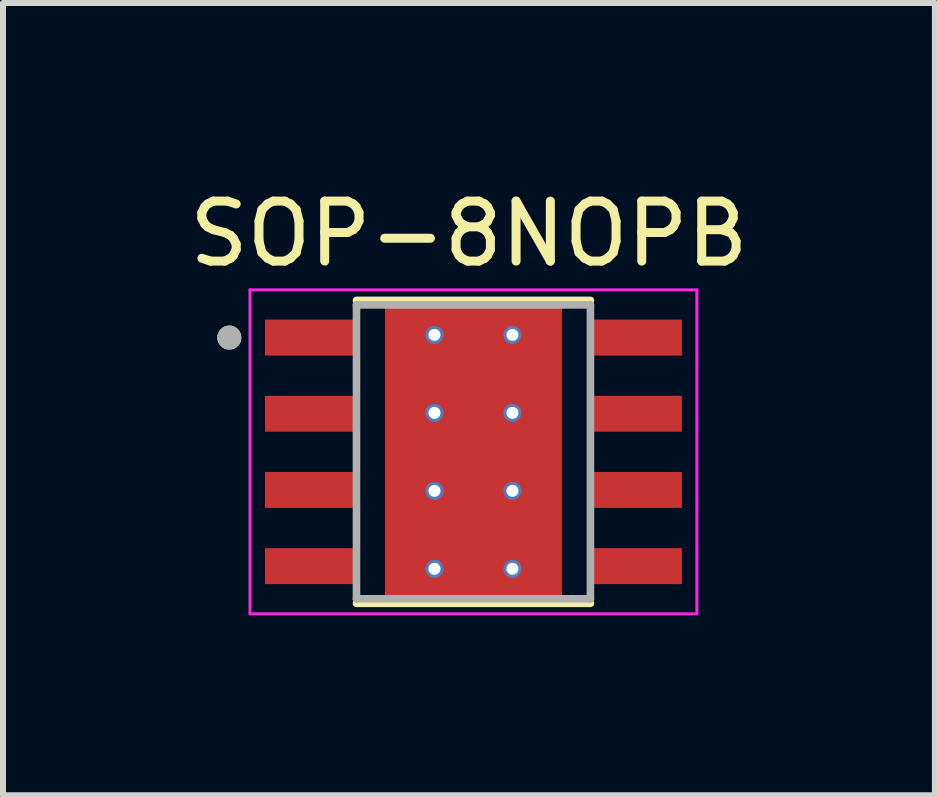
<source format=kicad_pcb>
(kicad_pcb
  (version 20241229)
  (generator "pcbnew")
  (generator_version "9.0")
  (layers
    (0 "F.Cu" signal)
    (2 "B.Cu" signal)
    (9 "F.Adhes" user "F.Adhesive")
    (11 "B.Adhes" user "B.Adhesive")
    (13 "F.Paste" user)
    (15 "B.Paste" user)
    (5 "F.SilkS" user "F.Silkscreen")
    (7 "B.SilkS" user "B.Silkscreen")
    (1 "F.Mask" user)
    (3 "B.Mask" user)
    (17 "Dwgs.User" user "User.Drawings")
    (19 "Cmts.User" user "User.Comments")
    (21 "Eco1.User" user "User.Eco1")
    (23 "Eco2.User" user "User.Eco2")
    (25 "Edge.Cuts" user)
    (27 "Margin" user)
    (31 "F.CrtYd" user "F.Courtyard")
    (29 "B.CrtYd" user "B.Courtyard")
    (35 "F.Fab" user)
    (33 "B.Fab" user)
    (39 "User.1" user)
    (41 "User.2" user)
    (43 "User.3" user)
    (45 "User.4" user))
  (footprint "SOP-8NOPB"
    (layer "F.Cu")
    (at 4.843 4.483)
    (property "Reference" "SOP-8NOPB" (at -0.075 -3.635 0) (layer "F.SilkS") (effects (font (size 1 1) (thickness 0.15))))
    (attr through_hole)
    (fp_poly (pts (xy -1.355 -1.7) (xy 1.355 -1.7) (xy 1.355 1.7) (xy -1.355 1.7)) (stroke (width 0.01) (type solid)) (fill yes) (layer "F.Mask"))
    (fp_poly (pts (xy -1.905 -1.535) (xy -3.495 -1.535) (xy -3.498 -1.535) (xy -3.5 -1.535) (xy -3.503 -1.536) (xy -3.505 -1.536) (xy -3.508 -1.537) (xy -3.51 -1.537) (xy -3.513 -1.538) (xy -3.515 -1.539) (xy -3.518 -1.54) (xy -3.52 -1.542) (xy -3.522 -1.543) (xy -3.524 -1.545) (xy -3.526 -1.546) (xy -3.528 -1.548) (xy -3.53 -1.55) (xy -3.532 -1.552) (xy -3.534 -1.554) (xy -3.535 -1.556) (xy -3.537 -1.558) (xy -3.538 -1.56) (xy -3.54 -1.562) (xy -3.541 -1.565) (xy -3.542 -1.567) (xy -3.543 -1.57) (xy -3.543 -1.572) (xy -3.544 -1.575) (xy -3.544 -1.577) (xy -3.545 -1.58) (xy -3.545 -1.582) (xy -3.545 -1.585) (xy -3.545 -2.225) (xy -3.545 -2.228) (xy -3.545 -2.23) (xy -3.544 -2.233) (xy -3.544 -2.235) (xy -3.543 -2.238) (xy -3.543 -2.24) (xy -3.542 -2.243) (xy -3.541 -2.245) (xy -3.54 -2.248) (xy -3.538 -2.25) (xy -3.537 -2.252) (xy -3.535 -2.254) (xy -3.534 -2.256) (xy -3.532 -2.258) (xy -3.53 -2.26) (xy -3.528 -2.262) (xy -3.526 -2.264) (xy -3.524 -2.265) (xy -3.522 -2.267) (xy -3.52 -2.268) (xy -3.518 -2.27) (xy -3.515 -2.271) (xy -3.513 -2.272) (xy -3.51 -2.273) (xy -3.508 -2.273) (xy -3.505 -2.274) (xy -3.503 -2.274) (xy -3.5 -2.275) (xy -3.498 -2.275) (xy -3.495 -2.275) (xy -1.905 -2.275) (xy -1.902 -2.275) (xy -1.9 -2.275) (xy -1.897 -2.274) (xy -1.895 -2.274) (xy -1.892 -2.273) (xy -1.89 -2.273) (xy -1.887 -2.272) (xy -1.885 -2.271) (xy -1.882 -2.27) (xy -1.88 -2.268) (xy -1.878 -2.267) (xy -1.876 -2.265) (xy -1.874 -2.264) (xy -1.872 -2.262) (xy -1.87 -2.26) (xy -1.868 -2.258) (xy -1.866 -2.256) (xy -1.865 -2.254) (xy -1.863 -2.252) (xy -1.862 -2.25) (xy -1.86 -2.248) (xy -1.859 -2.245) (xy -1.858 -2.243) (xy -1.857 -2.24) (xy -1.857 -2.238) (xy -1.856 -2.235) (xy -1.856 -2.233) (xy -1.855 -2.23) (xy -1.855 -2.228) (xy -1.855 -2.225) (xy -1.855 -1.585) (xy -1.855 -1.582) (xy -1.855 -1.58) (xy -1.856 -1.577) (xy -1.856 -1.575) (xy -1.857 -1.572) (xy -1.857 -1.57) (xy -1.858 -1.567) (xy -1.859 -1.565) (xy -1.86 -1.562) (xy -1.862 -1.56) (xy -1.863 -1.558) (xy -1.865 -1.556) (xy -1.866 -1.554) (xy -1.868 -1.552) (xy -1.87 -1.55) (xy -1.872 -1.548) (xy -1.874 -1.546) (xy -1.876 -1.545) (xy -1.878 -1.543) (xy -1.88 -1.542) (xy -1.882 -1.54) (xy -1.885 -1.539) (xy -1.887 -1.538) (xy -1.89 -1.537) (xy -1.892 -1.537) (xy -1.895 -1.536) (xy -1.897 -1.536) (xy -1.9 -1.535) (xy -1.902 -1.535) (xy -1.905 -1.535)) (stroke (width 0.01) (type solid)) (fill yes) (layer "F.Mask"))
    (fp_poly (pts (xy -1.905 -0.265) (xy -3.495 -0.265) (xy -3.498 -0.265) (xy -3.5 -0.265) (xy -3.503 -0.266) (xy -3.505 -0.266) (xy -3.508 -0.267) (xy -3.51 -0.267) (xy -3.513 -0.268) (xy -3.515 -0.269) (xy -3.518 -0.27) (xy -3.52 -0.272) (xy -3.522 -0.273) (xy -3.524 -0.275) (xy -3.526 -0.276) (xy -3.528 -0.278) (xy -3.53 -0.28) (xy -3.532 -0.282) (xy -3.534 -0.284) (xy -3.535 -0.286) (xy -3.537 -0.288) (xy -3.538 -0.29) (xy -3.54 -0.292) (xy -3.541 -0.295) (xy -3.542 -0.297) (xy -3.543 -0.3) (xy -3.543 -0.302) (xy -3.544 -0.305) (xy -3.544 -0.307) (xy -3.545 -0.31) (xy -3.545 -0.312) (xy -3.545 -0.315) (xy -3.545 -0.955) (xy -3.545 -0.958) (xy -3.545 -0.96) (xy -3.544 -0.963) (xy -3.544 -0.965) (xy -3.543 -0.968) (xy -3.543 -0.97) (xy -3.542 -0.973) (xy -3.541 -0.975) (xy -3.54 -0.978) (xy -3.538 -0.98) (xy -3.537 -0.982) (xy -3.535 -0.984) (xy -3.534 -0.986) (xy -3.532 -0.988) (xy -3.53 -0.99) (xy -3.528 -0.992) (xy -3.526 -0.994) (xy -3.524 -0.995) (xy -3.522 -0.997) (xy -3.52 -0.998) (xy -3.518 -1) (xy -3.515 -1.001) (xy -3.513 -1.002) (xy -3.51 -1.003) (xy -3.508 -1.003) (xy -3.505 -1.004) (xy -3.503 -1.004) (xy -3.5 -1.005) (xy -3.498 -1.005) (xy -3.495 -1.005) (xy -1.905 -1.005) (xy -1.902 -1.005) (xy -1.9 -1.005) (xy -1.897 -1.004) (xy -1.895 -1.004) (xy -1.892 -1.003) (xy -1.89 -1.003) (xy -1.887 -1.002) (xy -1.885 -1.001) (xy -1.882 -1) (xy -1.88 -0.998) (xy -1.878 -0.997) (xy -1.876 -0.995) (xy -1.874 -0.994) (xy -1.872 -0.992) (xy -1.87 -0.99) (xy -1.868 -0.988) (xy -1.866 -0.986) (xy -1.865 -0.984) (xy -1.863 -0.982) (xy -1.862 -0.98) (xy -1.86 -0.978) (xy -1.859 -0.975) (xy -1.858 -0.973) (xy -1.857 -0.97) (xy -1.857 -0.968) (xy -1.856 -0.965) (xy -1.856 -0.963) (xy -1.855 -0.96) (xy -1.855 -0.958) (xy -1.855 -0.955) (xy -1.855 -0.315) (xy -1.855 -0.312) (xy -1.855 -0.31) (xy -1.856 -0.307) (xy -1.856 -0.305) (xy -1.857 -0.302) (xy -1.857 -0.3) (xy -1.858 -0.297) (xy -1.859 -0.295) (xy -1.86 -0.292) (xy -1.862 -0.29) (xy -1.863 -0.288) (xy -1.865 -0.286) (xy -1.866 -0.284) (xy -1.868 -0.282) (xy -1.87 -0.28) (xy -1.872 -0.278) (xy -1.874 -0.276) (xy -1.876 -0.275) (xy -1.878 -0.273) (xy -1.88 -0.272) (xy -1.882 -0.27) (xy -1.885 -0.269) (xy -1.887 -0.268) (xy -1.89 -0.267) (xy -1.892 -0.267) (xy -1.895 -0.266) (xy -1.897 -0.266) (xy -1.9 -0.265) (xy -1.902 -0.265) (xy -1.905 -0.265)) (stroke (width 0.01) (type solid)) (fill yes) (layer "F.Mask"))
    (fp_poly (pts (xy -1.905 1.005) (xy -3.495 1.005) (xy -3.498 1.005) (xy -3.5 1.005) (xy -3.503 1.004) (xy -3.505 1.004) (xy -3.508 1.003) (xy -3.51 1.003) (xy -3.513 1.002) (xy -3.515 1.001) (xy -3.518 1) (xy -3.52 0.998) (xy -3.522 0.997) (xy -3.524 0.995) (xy -3.526 0.994) (xy -3.528 0.992) (xy -3.53 0.99) (xy -3.532 0.988) (xy -3.534 0.986) (xy -3.535 0.984) (xy -3.537 0.982) (xy -3.538 0.98) (xy -3.54 0.978) (xy -3.541 0.975) (xy -3.542 0.973) (xy -3.543 0.97) (xy -3.543 0.968) (xy -3.544 0.965) (xy -3.544 0.963) (xy -3.545 0.96) (xy -3.545 0.958) (xy -3.545 0.955) (xy -3.545 0.315) (xy -3.545 0.312) (xy -3.545 0.31) (xy -3.544 0.307) (xy -3.544 0.305) (xy -3.543 0.302) (xy -3.543 0.3) (xy -3.542 0.297) (xy -3.541 0.295) (xy -3.54 0.292) (xy -3.538 0.29) (xy -3.537 0.288) (xy -3.535 0.286) (xy -3.534 0.284) (xy -3.532 0.282) (xy -3.53 0.28) (xy -3.528 0.278) (xy -3.526 0.276) (xy -3.524 0.275) (xy -3.522 0.273) (xy -3.52 0.272) (xy -3.518 0.27) (xy -3.515 0.269) (xy -3.513 0.268) (xy -3.51 0.267) (xy -3.508 0.267) (xy -3.505 0.266) (xy -3.503 0.266) (xy -3.5 0.265) (xy -3.498 0.265) (xy -3.495 0.265) (xy -1.905 0.265) (xy -1.902 0.265) (xy -1.9 0.265) (xy -1.897 0.266) (xy -1.895 0.266) (xy -1.892 0.267) (xy -1.89 0.267) (xy -1.887 0.268) (xy -1.885 0.269) (xy -1.882 0.27) (xy -1.88 0.272) (xy -1.878 0.273) (xy -1.876 0.275) (xy -1.874 0.276) (xy -1.872 0.278) (xy -1.87 0.28) (xy -1.868 0.282) (xy -1.866 0.284) (xy -1.865 0.286) (xy -1.863 0.288) (xy -1.862 0.29) (xy -1.86 0.292) (xy -1.859 0.295) (xy -1.858 0.297) (xy -1.857 0.3) (xy -1.857 0.302) (xy -1.856 0.305) (xy -1.856 0.307) (xy -1.855 0.31) (xy -1.855 0.312) (xy -1.855 0.315) (xy -1.855 0.955) (xy -1.855 0.958) (xy -1.855 0.96) (xy -1.856 0.963) (xy -1.856 0.965) (xy -1.857 0.968) (xy -1.857 0.97) (xy -1.858 0.973) (xy -1.859 0.975) (xy -1.86 0.978) (xy -1.862 0.98) (xy -1.863 0.982) (xy -1.865 0.984) (xy -1.866 0.986) (xy -1.868 0.988) (xy -1.87 0.99) (xy -1.872 0.992) (xy -1.874 0.994) (xy -1.876 0.995) (xy -1.878 0.997) (xy -1.88 0.998) (xy -1.882 1) (xy -1.885 1.001) (xy -1.887 1.002) (xy -1.89 1.003) (xy -1.892 1.003) (xy -1.895 1.004) (xy -1.897 1.004) (xy -1.9 1.005) (xy -1.902 1.005) (xy -1.905 1.005)) (stroke (width 0.01) (type solid)) (fill yes) (layer "F.Mask"))
    (fp_poly (pts (xy -1.905 2.275) (xy -3.495 2.275) (xy -3.498 2.275) (xy -3.5 2.275) (xy -3.503 2.274) (xy -3.505 2.274) (xy -3.508 2.273) (xy -3.51 2.273) (xy -3.513 2.272) (xy -3.515 2.271) (xy -3.518 2.27) (xy -3.52 2.268) (xy -3.522 2.267) (xy -3.524 2.265) (xy -3.526 2.264) (xy -3.528 2.262) (xy -3.53 2.26) (xy -3.532 2.258) (xy -3.534 2.256) (xy -3.535 2.254) (xy -3.537 2.252) (xy -3.538 2.25) (xy -3.54 2.248) (xy -3.541 2.245) (xy -3.542 2.243) (xy -3.543 2.24) (xy -3.543 2.238) (xy -3.544 2.235) (xy -3.544 2.233) (xy -3.545 2.23) (xy -3.545 2.228) (xy -3.545 2.225) (xy -3.545 1.585) (xy -3.545 1.582) (xy -3.545 1.58) (xy -3.544 1.577) (xy -3.544 1.575) (xy -3.543 1.572) (xy -3.543 1.57) (xy -3.542 1.567) (xy -3.541 1.565) (xy -3.54 1.562) (xy -3.538 1.56) (xy -3.537 1.558) (xy -3.535 1.556) (xy -3.534 1.554) (xy -3.532 1.552) (xy -3.53 1.55) (xy -3.528 1.548) (xy -3.526 1.546) (xy -3.524 1.545) (xy -3.522 1.543) (xy -3.52 1.542) (xy -3.518 1.54) (xy -3.515 1.539) (xy -3.513 1.538) (xy -3.51 1.537) (xy -3.508 1.537) (xy -3.505 1.536) (xy -3.503 1.536) (xy -3.5 1.535) (xy -3.498 1.535) (xy -3.495 1.535) (xy -1.905 1.535) (xy -1.902 1.535) (xy -1.9 1.535) (xy -1.897 1.536) (xy -1.895 1.536) (xy -1.892 1.537) (xy -1.89 1.537) (xy -1.887 1.538) (xy -1.885 1.539) (xy -1.882 1.54) (xy -1.88 1.542) (xy -1.878 1.543) (xy -1.876 1.545) (xy -1.874 1.546) (xy -1.872 1.548) (xy -1.87 1.55) (xy -1.868 1.552) (xy -1.866 1.554) (xy -1.865 1.556) (xy -1.863 1.558) (xy -1.862 1.56) (xy -1.86 1.562) (xy -1.859 1.565) (xy -1.858 1.567) (xy -1.857 1.57) (xy -1.857 1.572) (xy -1.856 1.575) (xy -1.856 1.577) (xy -1.855 1.58) (xy -1.855 1.582) (xy -1.855 1.585) (xy -1.855 2.225) (xy -1.855 2.228) (xy -1.855 2.23) (xy -1.856 2.233) (xy -1.856 2.235) (xy -1.857 2.238) (xy -1.857 2.24) (xy -1.858 2.243) (xy -1.859 2.245) (xy -1.86 2.248) (xy -1.862 2.25) (xy -1.863 2.252) (xy -1.865 2.254) (xy -1.866 2.256) (xy -1.868 2.258) (xy -1.87 2.26) (xy -1.872 2.262) (xy -1.874 2.264) (xy -1.876 2.265) (xy -1.878 2.267) (xy -1.88 2.268) (xy -1.882 2.27) (xy -1.885 2.271) (xy -1.887 2.272) (xy -1.89 2.273) (xy -1.892 2.273) (xy -1.895 2.274) (xy -1.897 2.274) (xy -1.9 2.275) (xy -1.902 2.275) (xy -1.905 2.275)) (stroke (width 0.01) (type solid)) (fill yes) (layer "F.Mask"))
    (fp_poly (pts (xy 3.495 -1.535) (xy 1.905 -1.535) (xy 1.902 -1.535) (xy 1.9 -1.535) (xy 1.897 -1.536) (xy 1.895 -1.536) (xy 1.892 -1.537) (xy 1.89 -1.537) (xy 1.887 -1.538) (xy 1.885 -1.539) (xy 1.882 -1.54) (xy 1.88 -1.542) (xy 1.878 -1.543) (xy 1.876 -1.545) (xy 1.874 -1.546) (xy 1.872 -1.548) (xy 1.87 -1.55) (xy 1.868 -1.552) (xy 1.866 -1.554) (xy 1.865 -1.556) (xy 1.863 -1.558) (xy 1.862 -1.56) (xy 1.86 -1.562) (xy 1.859 -1.565) (xy 1.858 -1.567) (xy 1.857 -1.57) (xy 1.857 -1.572) (xy 1.856 -1.575) (xy 1.856 -1.577) (xy 1.855 -1.58) (xy 1.855 -1.582) (xy 1.855 -1.585) (xy 1.855 -2.225) (xy 1.855 -2.228) (xy 1.855 -2.23) (xy 1.856 -2.233) (xy 1.856 -2.235) (xy 1.857 -2.238) (xy 1.857 -2.24) (xy 1.858 -2.243) (xy 1.859 -2.245) (xy 1.86 -2.248) (xy 1.862 -2.25) (xy 1.863 -2.252) (xy 1.865 -2.254) (xy 1.866 -2.256) (xy 1.868 -2.258) (xy 1.87 -2.26) (xy 1.872 -2.262) (xy 1.874 -2.264) (xy 1.876 -2.265) (xy 1.878 -2.267) (xy 1.88 -2.268) (xy 1.882 -2.27) (xy 1.885 -2.271) (xy 1.887 -2.272) (xy 1.89 -2.273) (xy 1.892 -2.273) (xy 1.895 -2.274) (xy 1.897 -2.274) (xy 1.9 -2.275) (xy 1.902 -2.275) (xy 1.905 -2.275) (xy 3.495 -2.275) (xy 3.498 -2.275) (xy 3.5 -2.275) (xy 3.503 -2.274) (xy 3.505 -2.274) (xy 3.508 -2.273) (xy 3.51 -2.273) (xy 3.513 -2.272) (xy 3.515 -2.271) (xy 3.518 -2.27) (xy 3.52 -2.268) (xy 3.522 -2.267) (xy 3.524 -2.265) (xy 3.526 -2.264) (xy 3.528 -2.262) (xy 3.53 -2.26) (xy 3.532 -2.258) (xy 3.534 -2.256) (xy 3.535 -2.254) (xy 3.537 -2.252) (xy 3.538 -2.25) (xy 3.54 -2.248) (xy 3.541 -2.245) (xy 3.542 -2.243) (xy 3.543 -2.24) (xy 3.543 -2.238) (xy 3.544 -2.235) (xy 3.544 -2.233) (xy 3.545 -2.23) (xy 3.545 -2.228) (xy 3.545 -2.225) (xy 3.545 -1.585) (xy 3.545 -1.582) (xy 3.545 -1.58) (xy 3.544 -1.577) (xy 3.544 -1.575) (xy 3.543 -1.572) (xy 3.543 -1.57) (xy 3.542 -1.567) (xy 3.541 -1.565) (xy 3.54 -1.562) (xy 3.538 -1.56) (xy 3.537 -1.558) (xy 3.535 -1.556) (xy 3.534 -1.554) (xy 3.532 -1.552) (xy 3.53 -1.55) (xy 3.528 -1.548) (xy 3.526 -1.546) (xy 3.524 -1.545) (xy 3.522 -1.543) (xy 3.52 -1.542) (xy 3.518 -1.54) (xy 3.515 -1.539) (xy 3.513 -1.538) (xy 3.51 -1.537) (xy 3.508 -1.537) (xy 3.505 -1.536) (xy 3.503 -1.536) (xy 3.5 -1.535) (xy 3.498 -1.535) (xy 3.495 -1.535)) (stroke (width 0.01) (type solid)) (fill yes) (layer "F.Mask"))
    (fp_poly (pts (xy 3.495 -0.265) (xy 1.905 -0.265) (xy 1.902 -0.265) (xy 1.9 -0.265) (xy 1.897 -0.266) (xy 1.895 -0.266) (xy 1.892 -0.267) (xy 1.89 -0.267) (xy 1.887 -0.268) (xy 1.885 -0.269) (xy 1.882 -0.27) (xy 1.88 -0.272) (xy 1.878 -0.273) (xy 1.876 -0.275) (xy 1.874 -0.276) (xy 1.872 -0.278) (xy 1.87 -0.28) (xy 1.868 -0.282) (xy 1.866 -0.284) (xy 1.865 -0.286) (xy 1.863 -0.288) (xy 1.862 -0.29) (xy 1.86 -0.292) (xy 1.859 -0.295) (xy 1.858 -0.297) (xy 1.857 -0.3) (xy 1.857 -0.302) (xy 1.856 -0.305) (xy 1.856 -0.307) (xy 1.855 -0.31) (xy 1.855 -0.312) (xy 1.855 -0.315) (xy 1.855 -0.955) (xy 1.855 -0.958) (xy 1.855 -0.96) (xy 1.856 -0.963) (xy 1.856 -0.965) (xy 1.857 -0.968) (xy 1.857 -0.97) (xy 1.858 -0.973) (xy 1.859 -0.975) (xy 1.86 -0.978) (xy 1.862 -0.98) (xy 1.863 -0.982) (xy 1.865 -0.984) (xy 1.866 -0.986) (xy 1.868 -0.988) (xy 1.87 -0.99) (xy 1.872 -0.992) (xy 1.874 -0.994) (xy 1.876 -0.995) (xy 1.878 -0.997) (xy 1.88 -0.998) (xy 1.882 -1) (xy 1.885 -1.001) (xy 1.887 -1.002) (xy 1.89 -1.003) (xy 1.892 -1.003) (xy 1.895 -1.004) (xy 1.897 -1.004) (xy 1.9 -1.005) (xy 1.902 -1.005) (xy 1.905 -1.005) (xy 3.495 -1.005) (xy 3.498 -1.005) (xy 3.5 -1.005) (xy 3.503 -1.004) (xy 3.505 -1.004) (xy 3.508 -1.003) (xy 3.51 -1.003) (xy 3.513 -1.002) (xy 3.515 -1.001) (xy 3.518 -1) (xy 3.52 -0.998) (xy 3.522 -0.997) (xy 3.524 -0.995) (xy 3.526 -0.994) (xy 3.528 -0.992) (xy 3.53 -0.99) (xy 3.532 -0.988) (xy 3.534 -0.986) (xy 3.535 -0.984) (xy 3.537 -0.982) (xy 3.538 -0.98) (xy 3.54 -0.978) (xy 3.541 -0.975) (xy 3.542 -0.973) (xy 3.543 -0.97) (xy 3.543 -0.968) (xy 3.544 -0.965) (xy 3.544 -0.963) (xy 3.545 -0.96) (xy 3.545 -0.958) (xy 3.545 -0.955) (xy 3.545 -0.315) (xy 3.545 -0.312) (xy 3.545 -0.31) (xy 3.544 -0.307) (xy 3.544 -0.305) (xy 3.543 -0.302) (xy 3.543 -0.3) (xy 3.542 -0.297) (xy 3.541 -0.295) (xy 3.54 -0.292) (xy 3.538 -0.29) (xy 3.537 -0.288) (xy 3.535 -0.286) (xy 3.534 -0.284) (xy 3.532 -0.282) (xy 3.53 -0.28) (xy 3.528 -0.278) (xy 3.526 -0.276) (xy 3.524 -0.275) (xy 3.522 -0.273) (xy 3.52 -0.272) (xy 3.518 -0.27) (xy 3.515 -0.269) (xy 3.513 -0.268) (xy 3.51 -0.267) (xy 3.508 -0.267) (xy 3.505 -0.266) (xy 3.503 -0.266) (xy 3.5 -0.265) (xy 3.498 -0.265) (xy 3.495 -0.265)) (stroke (width 0.01) (type solid)) (fill yes) (layer "F.Mask"))
    (fp_poly (pts (xy 3.495 1.005) (xy 1.905 1.005) (xy 1.902 1.005) (xy 1.9 1.005) (xy 1.897 1.004) (xy 1.895 1.004) (xy 1.892 1.003) (xy 1.89 1.003) (xy 1.887 1.002) (xy 1.885 1.001) (xy 1.882 1) (xy 1.88 0.998) (xy 1.878 0.997) (xy 1.876 0.995) (xy 1.874 0.994) (xy 1.872 0.992) (xy 1.87 0.99) (xy 1.868 0.988) (xy 1.866 0.986) (xy 1.865 0.984) (xy 1.863 0.982) (xy 1.862 0.98) (xy 1.86 0.978) (xy 1.859 0.975) (xy 1.858 0.973) (xy 1.857 0.97) (xy 1.857 0.968) (xy 1.856 0.965) (xy 1.856 0.963) (xy 1.855 0.96) (xy 1.855 0.958) (xy 1.855 0.955) (xy 1.855 0.315) (xy 1.855 0.312) (xy 1.855 0.31) (xy 1.856 0.307) (xy 1.856 0.305) (xy 1.857 0.302) (xy 1.857 0.3) (xy 1.858 0.297) (xy 1.859 0.295) (xy 1.86 0.292) (xy 1.862 0.29) (xy 1.863 0.288) (xy 1.865 0.286) (xy 1.866 0.284) (xy 1.868 0.282) (xy 1.87 0.28) (xy 1.872 0.278) (xy 1.874 0.276) (xy 1.876 0.275) (xy 1.878 0.273) (xy 1.88 0.272) (xy 1.882 0.27) (xy 1.885 0.269) (xy 1.887 0.268) (xy 1.89 0.267) (xy 1.892 0.267) (xy 1.895 0.266) (xy 1.897 0.266) (xy 1.9 0.265) (xy 1.902 0.265) (xy 1.905 0.265) (xy 3.495 0.265) (xy 3.498 0.265) (xy 3.5 0.265) (xy 3.503 0.266) (xy 3.505 0.266) (xy 3.508 0.267) (xy 3.51 0.267) (xy 3.513 0.268) (xy 3.515 0.269) (xy 3.518 0.27) (xy 3.52 0.272) (xy 3.522 0.273) (xy 3.524 0.275) (xy 3.526 0.276) (xy 3.528 0.278) (xy 3.53 0.28) (xy 3.532 0.282) (xy 3.534 0.284) (xy 3.535 0.286) (xy 3.537 0.288) (xy 3.538 0.29) (xy 3.54 0.292) (xy 3.541 0.295) (xy 3.542 0.297) (xy 3.543 0.3) (xy 3.543 0.302) (xy 3.544 0.305) (xy 3.544 0.307) (xy 3.545 0.31) (xy 3.545 0.312) (xy 3.545 0.315) (xy 3.545 0.955) (xy 3.545 0.958) (xy 3.545 0.96) (xy 3.544 0.963) (xy 3.544 0.965) (xy 3.543 0.968) (xy 3.543 0.97) (xy 3.542 0.973) (xy 3.541 0.975) (xy 3.54 0.978) (xy 3.538 0.98) (xy 3.537 0.982) (xy 3.535 0.984) (xy 3.534 0.986) (xy 3.532 0.988) (xy 3.53 0.99) (xy 3.528 0.992) (xy 3.526 0.994) (xy 3.524 0.995) (xy 3.522 0.997) (xy 3.52 0.998) (xy 3.518 1) (xy 3.515 1.001) (xy 3.513 1.002) (xy 3.51 1.003) (xy 3.508 1.003) (xy 3.505 1.004) (xy 3.503 1.004) (xy 3.5 1.005) (xy 3.498 1.005) (xy 3.495 1.005)) (stroke (width 0.01) (type solid)) (fill yes) (layer "F.Mask"))
    (fp_poly (pts (xy 3.495 2.275) (xy 1.905 2.275) (xy 1.902 2.275) (xy 1.9 2.275) (xy 1.897 2.274) (xy 1.895 2.274) (xy 1.892 2.273) (xy 1.89 2.273) (xy 1.887 2.272) (xy 1.885 2.271) (xy 1.882 2.27) (xy 1.88 2.268) (xy 1.878 2.267) (xy 1.876 2.265) (xy 1.874 2.264) (xy 1.872 2.262) (xy 1.87 2.26) (xy 1.868 2.258) (xy 1.866 2.256) (xy 1.865 2.254) (xy 1.863 2.252) (xy 1.862 2.25) (xy 1.86 2.248) (xy 1.859 2.245) (xy 1.858 2.243) (xy 1.857 2.24) (xy 1.857 2.238) (xy 1.856 2.235) (xy 1.856 2.233) (xy 1.855 2.23) (xy 1.855 2.228) (xy 1.855 2.225) (xy 1.855 1.585) (xy 1.855 1.582) (xy 1.855 1.58) (xy 1.856 1.577) (xy 1.856 1.575) (xy 1.857 1.572) (xy 1.857 1.57) (xy 1.858 1.567) (xy 1.859 1.565) (xy 1.86 1.562) (xy 1.862 1.56) (xy 1.863 1.558) (xy 1.865 1.556) (xy 1.866 1.554) (xy 1.868 1.552) (xy 1.87 1.55) (xy 1.872 1.548) (xy 1.874 1.546) (xy 1.876 1.545) (xy 1.878 1.543) (xy 1.88 1.542) (xy 1.882 1.54) (xy 1.885 1.539) (xy 1.887 1.538) (xy 1.89 1.537) (xy 1.892 1.537) (xy 1.895 1.536) (xy 1.897 1.536) (xy 1.9 1.535) (xy 1.902 1.535) (xy 1.905 1.535) (xy 3.495 1.535) (xy 3.498 1.535) (xy 3.5 1.535) (xy 3.503 1.536) (xy 3.505 1.536) (xy 3.508 1.537) (xy 3.51 1.537) (xy 3.513 1.538) (xy 3.515 1.539) (xy 3.518 1.54) (xy 3.52 1.542) (xy 3.522 1.543) (xy 3.524 1.545) (xy 3.526 1.546) (xy 3.528 1.548) (xy 3.53 1.55) (xy 3.532 1.552) (xy 3.534 1.554) (xy 3.535 1.556) (xy 3.537 1.558) (xy 3.538 1.56) (xy 3.54 1.562) (xy 3.541 1.565) (xy 3.542 1.567) (xy 3.543 1.57) (xy 3.543 1.572) (xy 3.544 1.575) (xy 3.544 1.577) (xy 3.545 1.58) (xy 3.545 1.582) (xy 3.545 1.585) (xy 3.545 2.225) (xy 3.545 2.228) (xy 3.545 2.23) (xy 3.544 2.233) (xy 3.544 2.235) (xy 3.543 2.238) (xy 3.543 2.24) (xy 3.542 2.243) (xy 3.541 2.245) (xy 3.54 2.248) (xy 3.538 2.25) (xy 3.537 2.252) (xy 3.535 2.254) (xy 3.534 2.256) (xy 3.532 2.258) (xy 3.53 2.26) (xy 3.528 2.262) (xy 3.526 2.264) (xy 3.524 2.265) (xy 3.522 2.267) (xy 3.52 2.268) (xy 3.518 2.27) (xy 3.515 2.271) (xy 3.513 2.272) (xy 3.51 2.273) (xy 3.508 2.273) (xy 3.505 2.274) (xy 3.503 2.274) (xy 3.5 2.275) (xy 3.498 2.275) (xy 3.495 2.275)) (stroke (width 0.01) (type solid)) (fill yes) (layer "F.Mask"))
    (fp_line (start -1.95 -2.525) (end 1.95 -2.525) (stroke (width 0.127) (type solid)) (layer "F.SilkS"))
    (fp_line (start -1.95 2.525) (end 1.95 2.525) (stroke (width 0.127) (type solid)) (layer "F.SilkS"))
    (fp_circle (center -4.07 -1.905) (end -3.97 -1.905) (stroke (width 0.2) (type solid)) (fill no) (layer "F.SilkS"))
    (fp_poly (pts (xy -1.355 -1.7) (xy 1.355 -1.7) (xy 1.355 1.7) (xy -1.355 1.7)) (stroke (width 0.01) (type solid)) (fill yes) (layer "F.Paste"))
    (fp_line (start -3.725 -2.7) (end -3.725 2.7) (stroke (width 0.05) (type solid)) (layer "F.CrtYd"))
    (fp_line (start -3.725 -2.7) (end 3.725 -2.7) (stroke (width 0.05) (type solid)) (layer "F.CrtYd"))
    (fp_line (start -3.725 2.7) (end 3.725 2.7) (stroke (width 0.05) (type solid)) (layer "F.CrtYd"))
    (fp_line (start 3.725 -2.7) (end 3.725 2.7) (stroke (width 0.05) (type solid)) (layer "F.CrtYd"))
    (fp_line (start -1.95 -2.45) (end -1.95 2.45) (stroke (width 0.127) (type solid)) (layer "F.Fab"))
    (fp_line (start -1.95 -2.45) (end 1.95 -2.45) (stroke (width 0.127) (type solid)) (layer "F.Fab"))
    (fp_line (start -1.95 2.45) (end 1.95 2.45) (stroke (width 0.127) (type solid)) (layer "F.Fab"))
    (fp_line (start 1.95 -2.45) (end 1.95 2.45) (stroke (width 0.127) (type solid)) (layer "F.Fab"))
    (fp_circle (center -4.07 -1.905) (end -3.97 -1.905) (stroke (width 0.2) (type solid)) (fill no) (layer "F.Fab"))
    (pad "1" smd roundrect (at -2.7 -1.905) (size 1.55 0.6) (layers "F.Cu" "F.Paste") (roundrect_rratio 0.01))
    (pad "2" smd roundrect (at -2.7 -0.635) (size 1.55 0.6) (layers "F.Cu" "F.Paste") (roundrect_rratio 0.01))
    (pad "3" smd roundrect (at -2.7 0.635) (size 1.55 0.6) (layers "F.Cu" "F.Paste") (roundrect_rratio 0.01))
    (pad "4" smd roundrect (at -2.7 1.905) (size 1.55 0.6) (layers "F.Cu" "F.Paste") (roundrect_rratio 0.01))
    (pad "5" smd roundrect (at 2.7 1.905) (size 1.55 0.6) (layers "F.Cu" "F.Paste") (roundrect_rratio 0.01))
    (pad "6" smd roundrect (at 2.7 0.635) (size 1.55 0.6) (layers "F.Cu" "F.Paste") (roundrect_rratio 0.01))
    (pad "7" smd roundrect (at 2.7 -0.635) (size 1.55 0.6) (layers "F.Cu" "F.Paste") (roundrect_rratio 0.01))
    (pad "8" smd roundrect (at 2.7 -1.905) (size 1.55 0.6) (layers "F.Cu" "F.Paste") (roundrect_rratio 0.01))
    (pad "9" smd rect (at 0 0) (size 2.95 4.9) (layers "F.Cu"))
    (pad "10" thru_hole circle (at -0.65 -1.95) (size 0.3 0.3) (drill 0.2) (layers "*.Cu" "*.Mask"))
    (pad "11" thru_hole circle (at 0.65 -1.95) (size 0.3 0.3) (drill 0.2) (layers "*.Cu" "*.Mask"))
    (pad "12" thru_hole circle (at -0.65 -0.65) (size 0.3 0.3) (drill 0.2) (layers "*.Cu" "*.Mask"))
    (pad "13" thru_hole circle (at 0.65 -0.65) (size 0.3 0.3) (drill 0.2) (layers "*.Cu" "*.Mask"))
    (pad "14" thru_hole circle (at -0.65 0.65) (size 0.3 0.3) (drill 0.2) (layers "*.Cu" "*.Mask"))
    (pad "15" thru_hole circle (at 0.65 0.65) (size 0.3 0.3) (drill 0.2) (layers "*.Cu" "*.Mask"))
    (pad "16" thru_hole circle (at -0.65 1.95) (size 0.3 0.3) (drill 0.2) (layers "*.Cu" "*.Mask"))
    (pad "17" thru_hole circle (at 0.65 1.95) (size 0.3 0.3) (drill 0.2) (layers "*.Cu" "*.Mask")))
  (gr_rect
    (start -3 -3)
    (end 12.536 10.208)
    (stroke (width 0.1) (type default))
    (fill no)
    (layer "Edge.Cuts")))
</source>
